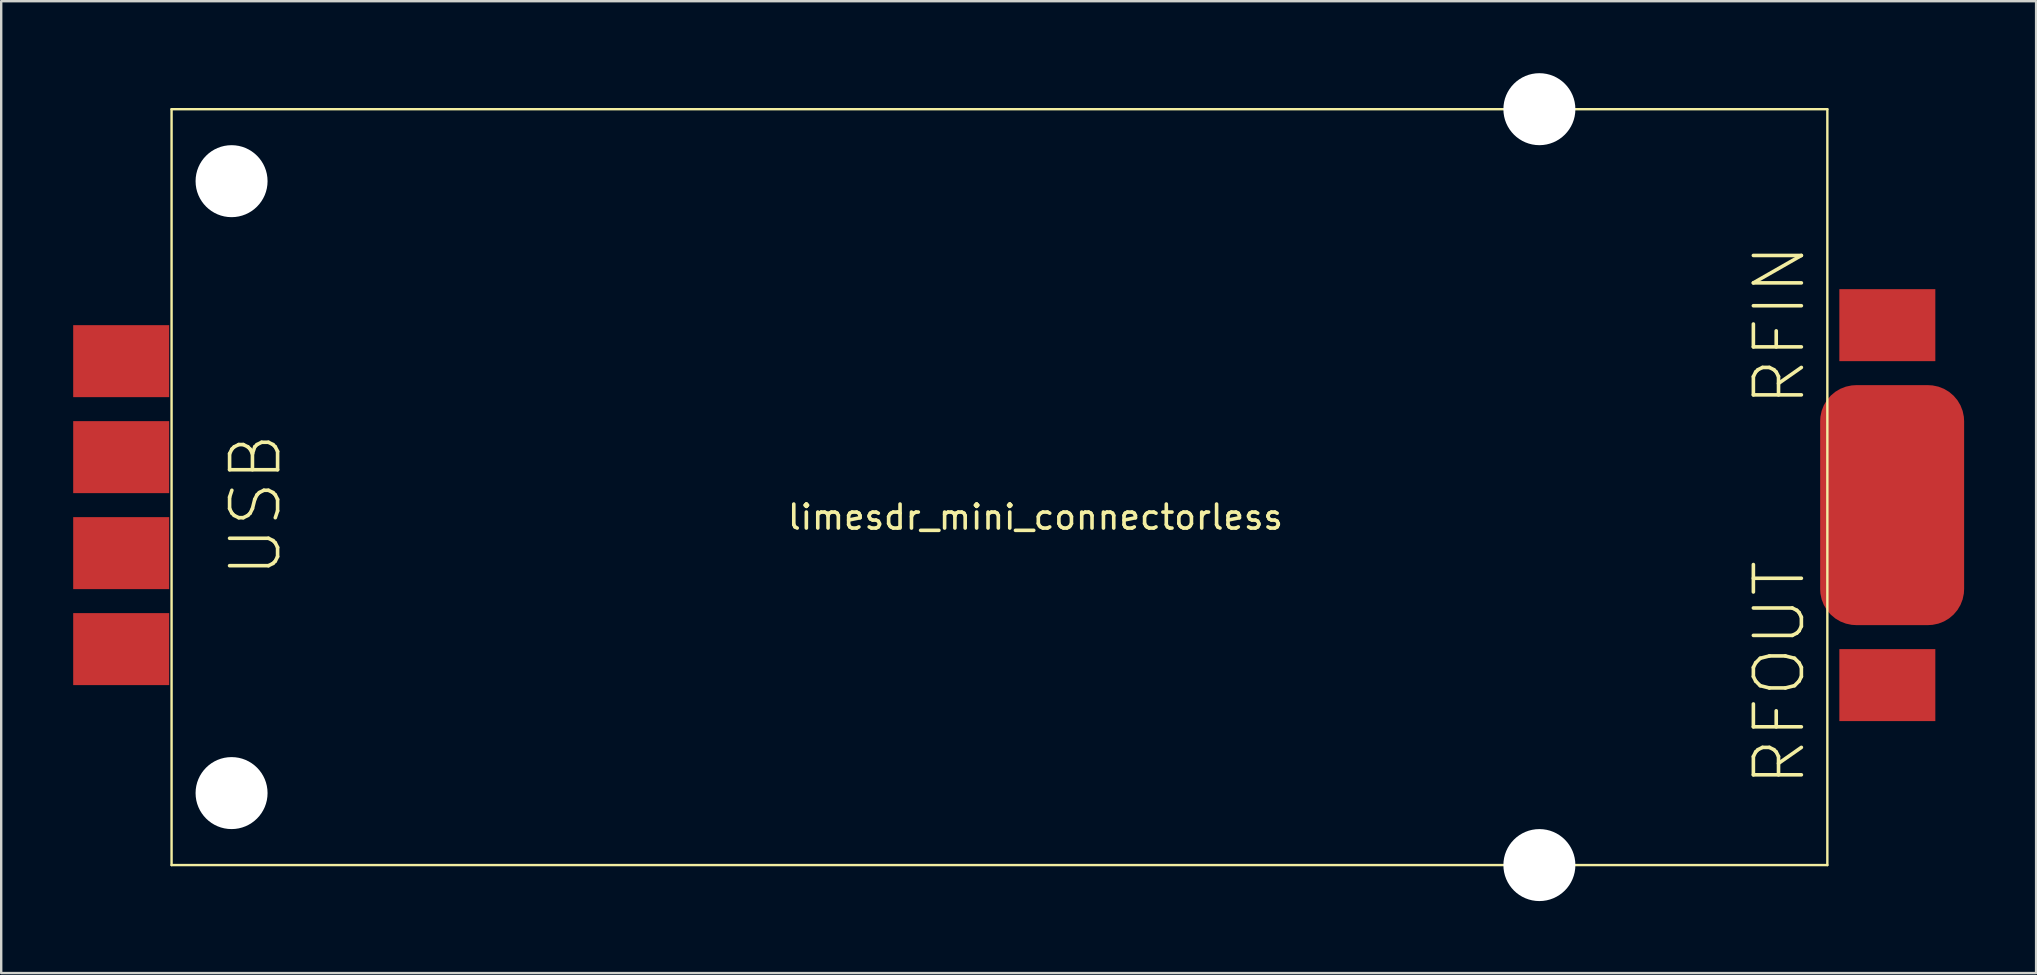
<source format=kicad_pcb>
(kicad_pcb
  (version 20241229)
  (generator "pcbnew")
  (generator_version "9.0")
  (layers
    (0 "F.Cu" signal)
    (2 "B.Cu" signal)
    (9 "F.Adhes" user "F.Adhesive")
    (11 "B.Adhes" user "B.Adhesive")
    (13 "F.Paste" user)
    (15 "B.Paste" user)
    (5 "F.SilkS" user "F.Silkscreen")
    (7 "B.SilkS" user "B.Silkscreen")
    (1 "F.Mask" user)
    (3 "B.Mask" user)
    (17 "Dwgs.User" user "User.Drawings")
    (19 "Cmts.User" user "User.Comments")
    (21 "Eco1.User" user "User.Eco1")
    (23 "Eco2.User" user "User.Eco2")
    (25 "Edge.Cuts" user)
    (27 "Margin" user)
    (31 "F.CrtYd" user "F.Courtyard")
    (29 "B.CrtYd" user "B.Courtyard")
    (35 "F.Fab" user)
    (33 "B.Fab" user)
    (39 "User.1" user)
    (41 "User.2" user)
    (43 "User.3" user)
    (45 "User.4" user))
  (footprint "limesdr_mini_connectorless"
    (layer "F.Cu")
    (at 38.6 18)
    (property "Reference" "limesdr_mini_connectorless" (at 1.5 0.5 0) (layer "F.SilkS") (effects (font (size 1 1) (thickness 0.15))))
    (attr through_hole)
    (fp_line (start -34.5 -16.5) (end -34.5 15) (stroke (width 0.1) (type solid)) (layer "F.SilkS"))
    (fp_line (start -34.5 15) (end 34.5 15) (stroke (width 0.1) (type solid)) (layer "F.SilkS"))
    (fp_line (start 34.5 -16.5) (end -34.5 -16.5) (stroke (width 0.1) (type solid)) (layer "F.SilkS"))
    (fp_line (start 34.5 15) (end 34.5 -16.5) (stroke (width 0.1) (type solid)) (layer "F.SilkS"))
    (fp_text user "RFOUT" (at 32.5 7 90) (layer "F.SilkS") (effects (font (size 2 2) (thickness 0.15))))
    (fp_text user "USB" (at -31 0 90) (layer "F.SilkS") (effects (font (size 2 2) (thickness 0.15))))
    (fp_text user "RFIN" (at 32.5 -7.5 90) (layer "F.SilkS") (effects (font (size 2 2) (thickness 0.15))))
    (pad "" np_thru_hole circle (at -32 -13.5) (size 3 3) (drill 3) (layers "*.Cu" "*.Mask"))
    (pad "" np_thru_hole circle (at -32 12) (size 3 3) (drill 3) (layers "*.Cu" "*.Mask"))
    (pad "" np_thru_hole circle (at 22.5 -16.5) (size 3 3) (drill 3) (layers "*.Cu" "*.Mask"))
    (pad "" np_thru_hole circle (at 22.5 15) (size 3 3) (drill 3) (layers "*.Cu" "*.Mask"))
    (pad "" smd roundrect (at 37.2 0) (size 6 10) (layers "F.Cu" "F.Mask" "F.Paste") (roundrect_rratio 0.25))
    (pad "1" smd rect (at 37 -7.5) (size 4 3) (layers "F.Cu" "F.Mask" "F.Paste"))
    (pad "2" smd rect (at 37 7.5) (size 4 3) (layers "F.Cu" "F.Mask" "F.Paste"))
    (pad "3" smd rect (at -36.6 -2) (size 4 3) (layers "F.Cu" "F.Mask" "F.Paste"))
    (pad "4" smd rect (at -36.6 2) (size 4 3) (layers "F.Cu" "F.Mask" "F.Paste"))
    (pad "5" smd rect (at -36.6 -6) (size 4 3) (layers "F.Cu" "F.Mask" "F.Paste"))
    (pad "6" smd rect (at -36.6 6) (size 4 3) (layers "F.Cu" "F.Mask" "F.Paste")))
  (gr_rect
    (start -3 -3)
    (end 81.8 37.5)
    (stroke (width 0.1) (type default))
    (fill no)
    (layer "Edge.Cuts")))
</source>
